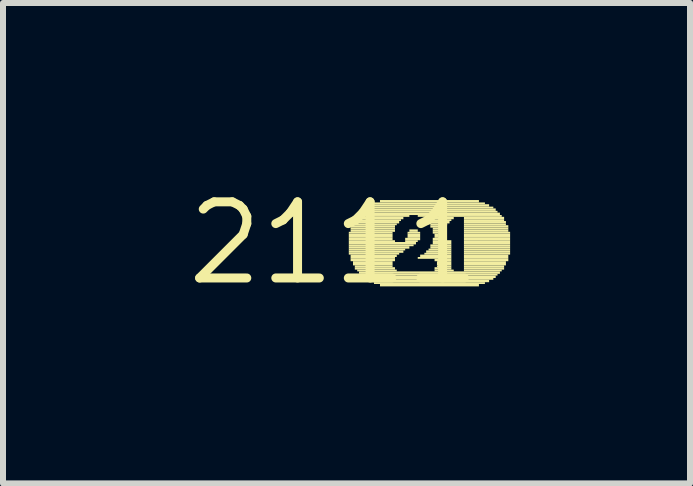
<source format=kicad_pcb>
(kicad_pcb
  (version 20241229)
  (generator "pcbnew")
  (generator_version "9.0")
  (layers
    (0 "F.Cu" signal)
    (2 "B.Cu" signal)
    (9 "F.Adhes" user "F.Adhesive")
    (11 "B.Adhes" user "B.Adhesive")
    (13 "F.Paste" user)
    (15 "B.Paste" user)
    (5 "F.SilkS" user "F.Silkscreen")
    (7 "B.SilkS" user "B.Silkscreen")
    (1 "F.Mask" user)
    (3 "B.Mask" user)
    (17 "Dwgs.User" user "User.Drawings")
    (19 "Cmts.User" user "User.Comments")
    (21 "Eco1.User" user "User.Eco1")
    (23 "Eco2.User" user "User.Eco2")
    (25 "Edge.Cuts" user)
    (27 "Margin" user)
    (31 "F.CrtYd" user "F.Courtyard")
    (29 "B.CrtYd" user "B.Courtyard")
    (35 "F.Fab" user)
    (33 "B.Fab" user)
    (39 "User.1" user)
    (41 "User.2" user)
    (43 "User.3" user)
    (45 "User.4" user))
  (footprint "2111"
    (layer "F.Cu")
    (at 2.517 1.006)
    (property "Reference" "2111" (at 0 0 0) (layer "F.SilkS") (effects (font (size 1.27 1.27) (thickness 0.15))))
    (fp_poly (pts (xy 0.25 -0.16) (xy 0.98 -0.16) (xy 0.98 -0.19) (xy 0.25 -0.19)) (stroke (width 0) (type solid)) (fill yes) (layer "F.SilkS"))
    (fp_poly (pts (xy 0.25 -0.12) (xy 0.98 -0.12) (xy 0.98 -0.16) (xy 0.25 -0.16)) (stroke (width 0) (type solid)) (fill yes) (layer "F.SilkS"))
    (fp_poly (pts (xy 0.25 -0.09) (xy 0.98 -0.09) (xy 0.98 -0.12) (xy 0.25 -0.12)) (stroke (width 0) (type solid)) (fill yes) (layer "F.SilkS"))
    (fp_poly (pts (xy 0.25 -0.05) (xy 0.98 -0.05) (xy 0.98 -0.09) (xy 0.25 -0.09)) (stroke (width 0) (type solid)) (fill yes) (layer "F.SilkS"))
    (fp_poly (pts (xy 0.25 -0.02) (xy 1.02 -0.02) (xy 1.02 -0.05) (xy 0.25 -0.05)) (stroke (width 0) (type solid)) (fill yes) (layer "F.SilkS"))
    (fp_poly (pts (xy 0.25 0.02) (xy 1.37 0.02) (xy 1.37 -0.02) (xy 0.25 -0.02)) (stroke (width 0) (type solid)) (fill yes) (layer "F.SilkS"))
    (fp_poly (pts (xy 0.25 0.05) (xy 1.33 0.05) (xy 1.33 0.02) (xy 0.25 0.02)) (stroke (width 0) (type solid)) (fill yes) (layer "F.SilkS"))
    (fp_poly (pts (xy 0.25 0.09) (xy 1.26 0.09) (xy 1.26 0.05) (xy 0.25 0.05)) (stroke (width 0) (type solid)) (fill yes) (layer "F.SilkS"))
    (fp_poly (pts (xy 0.25 0.12) (xy 1.19 0.12) (xy 1.19 0.09) (xy 0.25 0.09)) (stroke (width 0) (type solid)) (fill yes) (layer "F.SilkS"))
    (fp_poly (pts (xy 0.25 0.16) (xy 1.16 0.16) (xy 1.16 0.12) (xy 0.25 0.12)) (stroke (width 0) (type solid)) (fill yes) (layer "F.SilkS"))
    (fp_poly (pts (xy 0.25 0.19) (xy 1.09 0.19) (xy 1.09 0.16) (xy 0.25 0.16)) (stroke (width 0) (type solid)) (fill yes) (layer "F.SilkS"))
    (fp_poly (pts (xy 0.28 -0.26) (xy 1.02 -0.26) (xy 1.02 -0.3) (xy 0.28 -0.3)) (stroke (width 0) (type solid)) (fill yes) (layer "F.SilkS"))
    (fp_poly (pts (xy 0.28 -0.23) (xy 1.02 -0.23) (xy 1.02 -0.26) (xy 0.28 -0.26)) (stroke (width 0) (type solid)) (fill yes) (layer "F.SilkS"))
    (fp_poly (pts (xy 0.28 -0.19) (xy 1.02 -0.19) (xy 1.02 -0.23) (xy 0.28 -0.23)) (stroke (width 0) (type solid)) (fill yes) (layer "F.SilkS"))
    (fp_poly (pts (xy 0.28 0.23) (xy 1.05 0.23) (xy 1.05 0.19) (xy 0.28 0.19)) (stroke (width 0) (type solid)) (fill yes) (layer "F.SilkS"))
    (fp_poly (pts (xy 0.28 0.26) (xy 1.02 0.26) (xy 1.02 0.23) (xy 0.28 0.23)) (stroke (width 0) (type solid)) (fill yes) (layer "F.SilkS"))
    (fp_poly (pts (xy 0.28 0.3) (xy 1.02 0.3) (xy 1.02 0.26) (xy 0.28 0.26)) (stroke (width 0) (type solid)) (fill yes) (layer "F.SilkS"))
    (fp_poly (pts (xy 0.32 -0.33) (xy 1.09 -0.33) (xy 1.09 -0.37) (xy 0.32 -0.37)) (stroke (width 0) (type solid)) (fill yes) (layer "F.SilkS"))
    (fp_poly (pts (xy 0.32 -0.3) (xy 1.05 -0.3) (xy 1.05 -0.33) (xy 0.32 -0.33)) (stroke (width 0) (type solid)) (fill yes) (layer "F.SilkS"))
    (fp_poly (pts (xy 0.32 0.33) (xy 0.98 0.33) (xy 0.98 0.3) (xy 0.32 0.3)) (stroke (width 0) (type solid)) (fill yes) (layer "F.SilkS"))
    (fp_poly (pts (xy 0.32 0.37) (xy 0.98 0.37) (xy 0.98 0.33) (xy 0.32 0.33)) (stroke (width 0) (type solid)) (fill yes) (layer "F.SilkS"))
    (fp_poly (pts (xy 0.35 -0.4) (xy 1.16 -0.4) (xy 1.16 -0.44) (xy 0.35 -0.44)) (stroke (width 0) (type solid)) (fill yes) (layer "F.SilkS"))
    (fp_poly (pts (xy 0.35 -0.37) (xy 1.12 -0.37) (xy 1.12 -0.4) (xy 0.35 -0.4)) (stroke (width 0) (type solid)) (fill yes) (layer "F.SilkS"))
    (fp_poly (pts (xy 0.35 0.4) (xy 0.98 0.4) (xy 0.98 0.37) (xy 0.35 0.37)) (stroke (width 0) (type solid)) (fill yes) (layer "F.SilkS"))
    (fp_poly (pts (xy 0.35 0.44) (xy 1.02 0.44) (xy 1.02 0.4) (xy 0.35 0.4)) (stroke (width 0) (type solid)) (fill yes) (layer "F.SilkS"))
    (fp_poly (pts (xy 0.39 -0.44) (xy 1.26 -0.44) (xy 1.26 -0.47) (xy 0.39 -0.47)) (stroke (width 0) (type solid)) (fill yes) (layer "F.SilkS"))
    (fp_poly (pts (xy 0.39 0.47) (xy 1.05 0.47) (xy 1.05 0.44) (xy 0.39 0.44)) (stroke (width 0) (type solid)) (fill yes) (layer "F.SilkS"))
    (fp_poly (pts (xy 0.42 -0.47) (xy 2.77 -0.47) (xy 2.77 -0.51) (xy 0.42 -0.51)) (stroke (width 0) (type solid)) (fill yes) (layer "F.SilkS"))
    (fp_poly (pts (xy 0.42 0.51) (xy 2.77 0.51) (xy 2.77 0.47) (xy 0.42 0.47)) (stroke (width 0) (type solid)) (fill yes) (layer "F.SilkS"))
    (fp_poly (pts (xy 0.46 -0.51) (xy 2.73 -0.51) (xy 2.73 -0.54) (xy 0.46 -0.54)) (stroke (width 0) (type solid)) (fill yes) (layer "F.SilkS"))
    (fp_poly (pts (xy 0.46 0.54) (xy 2.73 0.54) (xy 2.73 0.51) (xy 0.46 0.51)) (stroke (width 0) (type solid)) (fill yes) (layer "F.SilkS"))
    (fp_poly (pts (xy 0.49 -0.54) (xy 2.7 -0.54) (xy 2.7 -0.58) (xy 0.49 -0.58)) (stroke (width 0) (type solid)) (fill yes) (layer "F.SilkS"))
    (fp_poly (pts (xy 0.49 0.58) (xy 2.7 0.58) (xy 2.7 0.54) (xy 0.49 0.54)) (stroke (width 0) (type solid)) (fill yes) (layer "F.SilkS"))
    (fp_poly (pts (xy 0.53 -0.58) (xy 2.66 -0.58) (xy 2.66 -0.61) (xy 0.53 -0.61)) (stroke (width 0) (type solid)) (fill yes) (layer "F.SilkS"))
    (fp_poly (pts (xy 0.53 0.61) (xy 2.66 0.61) (xy 2.66 0.58) (xy 0.53 0.58)) (stroke (width 0) (type solid)) (fill yes) (layer "F.SilkS"))
    (fp_poly (pts (xy 0.6 -0.61) (xy 2.59 -0.61) (xy 2.59 -0.65) (xy 0.6 -0.65)) (stroke (width 0) (type solid)) (fill yes) (layer "F.SilkS"))
    (fp_poly (pts (xy 0.6 0.65) (xy 2.59 0.65) (xy 2.59 0.61) (xy 0.6 0.61)) (stroke (width 0) (type solid)) (fill yes) (layer "F.SilkS"))
    (fp_poly (pts (xy 0.67 -0.65) (xy 2.52 -0.65) (xy 2.52 -0.68) (xy 0.67 -0.68)) (stroke (width 0) (type solid)) (fill yes) (layer "F.SilkS"))
    (fp_poly (pts (xy 0.67 0.68) (xy 2.52 0.68) (xy 2.52 0.65) (xy 0.67 0.65)) (stroke (width 0) (type solid)) (fill yes) (layer "F.SilkS"))
    (fp_poly (pts (xy 0.77 -0.68) (xy 2.42 -0.68) (xy 2.42 -0.72) (xy 0.77 -0.72)) (stroke (width 0) (type solid)) (fill yes) (layer "F.SilkS"))
    (fp_poly (pts (xy 0.77 0.72) (xy 2.42 0.72) (xy 2.42 0.68) (xy 0.77 0.68)) (stroke (width 0) (type solid)) (fill yes) (layer "F.SilkS"))
    (fp_poly (pts (xy 1.19 -0.05) (xy 1.44 -0.05) (xy 1.44 -0.09) (xy 1.19 -0.09)) (stroke (width 0) (type solid)) (fill yes) (layer "F.SilkS"))
    (fp_poly (pts (xy 1.19 -0.02) (xy 1.4 -0.02) (xy 1.4 -0.05) (xy 1.19 -0.05)) (stroke (width 0) (type solid)) (fill yes) (layer "F.SilkS"))
    (fp_poly (pts (xy 1.23 -0.16) (xy 1.44 -0.16) (xy 1.44 -0.19) (xy 1.23 -0.19)) (stroke (width 0) (type solid)) (fill yes) (layer "F.SilkS"))
    (fp_poly (pts (xy 1.23 -0.12) (xy 1.44 -0.12) (xy 1.44 -0.16) (xy 1.23 -0.16)) (stroke (width 0) (type solid)) (fill yes) (layer "F.SilkS"))
    (fp_poly (pts (xy 1.23 -0.09) (xy 1.44 -0.09) (xy 1.44 -0.12) (xy 1.23 -0.12)) (stroke (width 0) (type solid)) (fill yes) (layer "F.SilkS"))
    (fp_poly (pts (xy 1.26 -0.19) (xy 1.4 -0.19) (xy 1.4 -0.23) (xy 1.26 -0.23)) (stroke (width 0) (type solid)) (fill yes) (layer "F.SilkS"))
    (fp_poly (pts (xy 1.4 -0.44) (xy 2.8 -0.44) (xy 2.8 -0.47) (xy 1.4 -0.47)) (stroke (width 0) (type solid)) (fill yes) (layer "F.SilkS"))
    (fp_poly (pts (xy 1.4 0.26) (xy 1.96 0.26) (xy 1.96 0.23) (xy 1.4 0.23)) (stroke (width 0) (type solid)) (fill yes) (layer "F.SilkS"))
    (fp_poly (pts (xy 1.44 0.23) (xy 1.96 0.23) (xy 1.96 0.19) (xy 1.44 0.19)) (stroke (width 0) (type solid)) (fill yes) (layer "F.SilkS"))
    (fp_poly (pts (xy 1.51 -0.4) (xy 2 -0.4) (xy 2 -0.44) (xy 1.51 -0.44)) (stroke (width 0) (type solid)) (fill yes) (layer "F.SilkS"))
    (fp_poly (pts (xy 1.51 0.19) (xy 1.96 0.19) (xy 1.96 0.16) (xy 1.51 0.16)) (stroke (width 0) (type solid)) (fill yes) (layer "F.SilkS"))
    (fp_poly (pts (xy 1.54 -0.37) (xy 1.96 -0.37) (xy 1.96 -0.4) (xy 1.54 -0.4)) (stroke (width 0) (type solid)) (fill yes) (layer "F.SilkS"))
    (fp_poly (pts (xy 1.54 0.16) (xy 1.96 0.16) (xy 1.96 0.12) (xy 1.54 0.12)) (stroke (width 0) (type solid)) (fill yes) (layer "F.SilkS"))
    (fp_poly (pts (xy 1.58 -0.33) (xy 1.93 -0.33) (xy 1.93 -0.37) (xy 1.58 -0.37)) (stroke (width 0) (type solid)) (fill yes) (layer "F.SilkS"))
    (fp_poly (pts (xy 1.58 0.12) (xy 1.96 0.12) (xy 1.96 0.09) (xy 1.58 0.09)) (stroke (width 0) (type solid)) (fill yes) (layer "F.SilkS"))
    (fp_poly (pts (xy 1.61 -0.3) (xy 1.89 -0.3) (xy 1.89 -0.33) (xy 1.61 -0.33)) (stroke (width 0) (type solid)) (fill yes) (layer "F.SilkS"))
    (fp_poly (pts (xy 1.61 -0.26) (xy 1.86 -0.26) (xy 1.86 -0.3) (xy 1.61 -0.3)) (stroke (width 0) (type solid)) (fill yes) (layer "F.SilkS"))
    (fp_poly (pts (xy 1.61 0.05) (xy 1.96 0.05) (xy 1.96 0.02) (xy 1.61 0.02)) (stroke (width 0) (type solid)) (fill yes) (layer "F.SilkS"))
    (fp_poly (pts (xy 1.61 0.09) (xy 1.96 0.09) (xy 1.96 0.05) (xy 1.61 0.05)) (stroke (width 0) (type solid)) (fill yes) (layer "F.SilkS"))
    (fp_poly (pts (xy 1.65 -0.23) (xy 1.82 -0.23) (xy 1.82 -0.26) (xy 1.65 -0.26)) (stroke (width 0) (type solid)) (fill yes) (layer "F.SilkS"))
    (fp_poly (pts (xy 1.65 -0.19) (xy 1.79 -0.19) (xy 1.79 -0.23) (xy 1.65 -0.23)) (stroke (width 0) (type solid)) (fill yes) (layer "F.SilkS"))
    (fp_poly (pts (xy 1.65 -0.16) (xy 1.75 -0.16) (xy 1.75 -0.19) (xy 1.65 -0.19)) (stroke (width 0) (type solid)) (fill yes) (layer "F.SilkS"))
    (fp_poly (pts (xy 1.65 -0.05) (xy 1.79 -0.05) (xy 1.79 -0.09) (xy 1.65 -0.09)) (stroke (width 0) (type solid)) (fill yes) (layer "F.SilkS"))
    (fp_poly (pts (xy 1.65 -0.02) (xy 1.96 -0.02) (xy 1.96 -0.05) (xy 1.65 -0.05)) (stroke (width 0) (type solid)) (fill yes) (layer "F.SilkS"))
    (fp_poly (pts (xy 1.65 0.02) (xy 1.96 0.02) (xy 1.96 -0.02) (xy 1.65 -0.02)) (stroke (width 0) (type solid)) (fill yes) (layer "F.SilkS"))
    (fp_poly (pts (xy 1.68 -0.12) (xy 1.75 -0.12) (xy 1.75 -0.16) (xy 1.68 -0.16)) (stroke (width 0) (type solid)) (fill yes) (layer "F.SilkS"))
    (fp_poly (pts (xy 1.68 -0.09) (xy 1.75 -0.09) (xy 1.75 -0.12) (xy 1.68 -0.12)) (stroke (width 0) (type solid)) (fill yes) (layer "F.SilkS"))
    (fp_poly (pts (xy 1.68 0.3) (xy 1.96 0.3) (xy 1.96 0.26) (xy 1.68 0.26)) (stroke (width 0) (type solid)) (fill yes) (layer "F.SilkS"))
    (fp_poly (pts (xy 1.68 0.44) (xy 1.96 0.44) (xy 1.96 0.4) (xy 1.68 0.4)) (stroke (width 0) (type solid)) (fill yes) (layer "F.SilkS"))
    (fp_poly (pts (xy 1.68 0.47) (xy 2 0.47) (xy 2 0.44) (xy 1.68 0.44)) (stroke (width 0) (type solid)) (fill yes) (layer "F.SilkS"))
    (fp_poly (pts (xy 1.72 0.33) (xy 1.96 0.33) (xy 1.96 0.3) (xy 1.72 0.3)) (stroke (width 0) (type solid)) (fill yes) (layer "F.SilkS"))
    (fp_poly (pts (xy 1.72 0.37) (xy 1.96 0.37) (xy 1.96 0.33) (xy 1.72 0.33)) (stroke (width 0) (type solid)) (fill yes) (layer "F.SilkS"))
    (fp_poly (pts (xy 1.72 0.4) (xy 1.96 0.4) (xy 1.96 0.37) (xy 1.72 0.37)) (stroke (width 0) (type solid)) (fill yes) (layer "F.SilkS"))
    (fp_poly (pts (xy 2.17 -0.4) (xy 2.84 -0.4) (xy 2.84 -0.44) (xy 2.17 -0.44)) (stroke (width 0) (type solid)) (fill yes) (layer "F.SilkS"))
    (fp_poly (pts (xy 2.17 -0.37) (xy 2.84 -0.37) (xy 2.84 -0.4) (xy 2.17 -0.4)) (stroke (width 0) (type solid)) (fill yes) (layer "F.SilkS"))
    (fp_poly (pts (xy 2.17 -0.33) (xy 2.87 -0.33) (xy 2.87 -0.37) (xy 2.17 -0.37)) (stroke (width 0) (type solid)) (fill yes) (layer "F.SilkS"))
    (fp_poly (pts (xy 2.17 -0.3) (xy 2.87 -0.3) (xy 2.87 -0.33) (xy 2.17 -0.33)) (stroke (width 0) (type solid)) (fill yes) (layer "F.SilkS"))
    (fp_poly (pts (xy 2.17 -0.26) (xy 2.91 -0.26) (xy 2.91 -0.3) (xy 2.17 -0.3)) (stroke (width 0) (type solid)) (fill yes) (layer "F.SilkS"))
    (fp_poly (pts (xy 2.17 -0.23) (xy 2.91 -0.23) (xy 2.91 -0.26) (xy 2.17 -0.26)) (stroke (width 0) (type solid)) (fill yes) (layer "F.SilkS"))
    (fp_poly (pts (xy 2.17 -0.19) (xy 2.91 -0.19) (xy 2.91 -0.23) (xy 2.17 -0.23)) (stroke (width 0) (type solid)) (fill yes) (layer "F.SilkS"))
    (fp_poly (pts (xy 2.17 -0.16) (xy 2.94 -0.16) (xy 2.94 -0.19) (xy 2.17 -0.19)) (stroke (width 0) (type solid)) (fill yes) (layer "F.SilkS"))
    (fp_poly (pts (xy 2.17 -0.12) (xy 2.94 -0.12) (xy 2.94 -0.16) (xy 2.17 -0.16)) (stroke (width 0) (type solid)) (fill yes) (layer "F.SilkS"))
    (fp_poly (pts (xy 2.17 -0.09) (xy 2.94 -0.09) (xy 2.94 -0.12) (xy 2.17 -0.12)) (stroke (width 0) (type solid)) (fill yes) (layer "F.SilkS"))
    (fp_poly (pts (xy 2.17 -0.05) (xy 2.94 -0.05) (xy 2.94 -0.09) (xy 2.17 -0.09)) (stroke (width 0) (type solid)) (fill yes) (layer "F.SilkS"))
    (fp_poly (pts (xy 2.17 -0.02) (xy 2.94 -0.02) (xy 2.94 -0.05) (xy 2.17 -0.05)) (stroke (width 0) (type solid)) (fill yes) (layer "F.SilkS"))
    (fp_poly (pts (xy 2.17 0.02) (xy 2.94 0.02) (xy 2.94 -0.02) (xy 2.17 -0.02)) (stroke (width 0) (type solid)) (fill yes) (layer "F.SilkS"))
    (fp_poly (pts (xy 2.17 0.05) (xy 2.94 0.05) (xy 2.94 0.02) (xy 2.17 0.02)) (stroke (width 0) (type solid)) (fill yes) (layer "F.SilkS"))
    (fp_poly (pts (xy 2.17 0.09) (xy 2.94 0.09) (xy 2.94 0.05) (xy 2.17 0.05)) (stroke (width 0) (type solid)) (fill yes) (layer "F.SilkS"))
    (fp_poly (pts (xy 2.17 0.12) (xy 2.94 0.12) (xy 2.94 0.09) (xy 2.17 0.09)) (stroke (width 0) (type solid)) (fill yes) (layer "F.SilkS"))
    (fp_poly (pts (xy 2.17 0.16) (xy 2.94 0.16) (xy 2.94 0.12) (xy 2.17 0.12)) (stroke (width 0) (type solid)) (fill yes) (layer "F.SilkS"))
    (fp_poly (pts (xy 2.17 0.19) (xy 2.94 0.19) (xy 2.94 0.16) (xy 2.17 0.16)) (stroke (width 0) (type solid)) (fill yes) (layer "F.SilkS"))
    (fp_poly (pts (xy 2.17 0.23) (xy 2.91 0.23) (xy 2.91 0.19) (xy 2.17 0.19)) (stroke (width 0) (type solid)) (fill yes) (layer "F.SilkS"))
    (fp_poly (pts (xy 2.17 0.26) (xy 2.91 0.26) (xy 2.91 0.23) (xy 2.17 0.23)) (stroke (width 0) (type solid)) (fill yes) (layer "F.SilkS"))
    (fp_poly (pts (xy 2.17 0.3) (xy 2.91 0.3) (xy 2.91 0.26) (xy 2.17 0.26)) (stroke (width 0) (type solid)) (fill yes) (layer "F.SilkS"))
    (fp_poly (pts (xy 2.17 0.33) (xy 2.87 0.33) (xy 2.87 0.3) (xy 2.17 0.3)) (stroke (width 0) (type solid)) (fill yes) (layer "F.SilkS"))
    (fp_poly (pts (xy 2.17 0.37) (xy 2.87 0.37) (xy 2.87 0.33) (xy 2.17 0.33)) (stroke (width 0) (type solid)) (fill yes) (layer "F.SilkS"))
    (fp_poly (pts (xy 2.17 0.4) (xy 2.84 0.4) (xy 2.84 0.37) (xy 2.17 0.37)) (stroke (width 0) (type solid)) (fill yes) (layer "F.SilkS"))
    (fp_poly (pts (xy 2.17 0.44) (xy 2.84 0.44) (xy 2.84 0.4) (xy 2.17 0.4)) (stroke (width 0) (type solid)) (fill yes) (layer "F.SilkS"))
    (fp_poly (pts (xy 2.17 0.47) (xy 2.8 0.47) (xy 2.8 0.44) (xy 2.17 0.44)) (stroke (width 0) (type solid)) (fill yes) (layer "F.SilkS")))
  (gr_rect
    (start -3 -3)
    (end 8.457 5.012)
    (stroke (width 0.1) (type default))
    (fill no)
    (layer "Edge.Cuts")))
</source>
